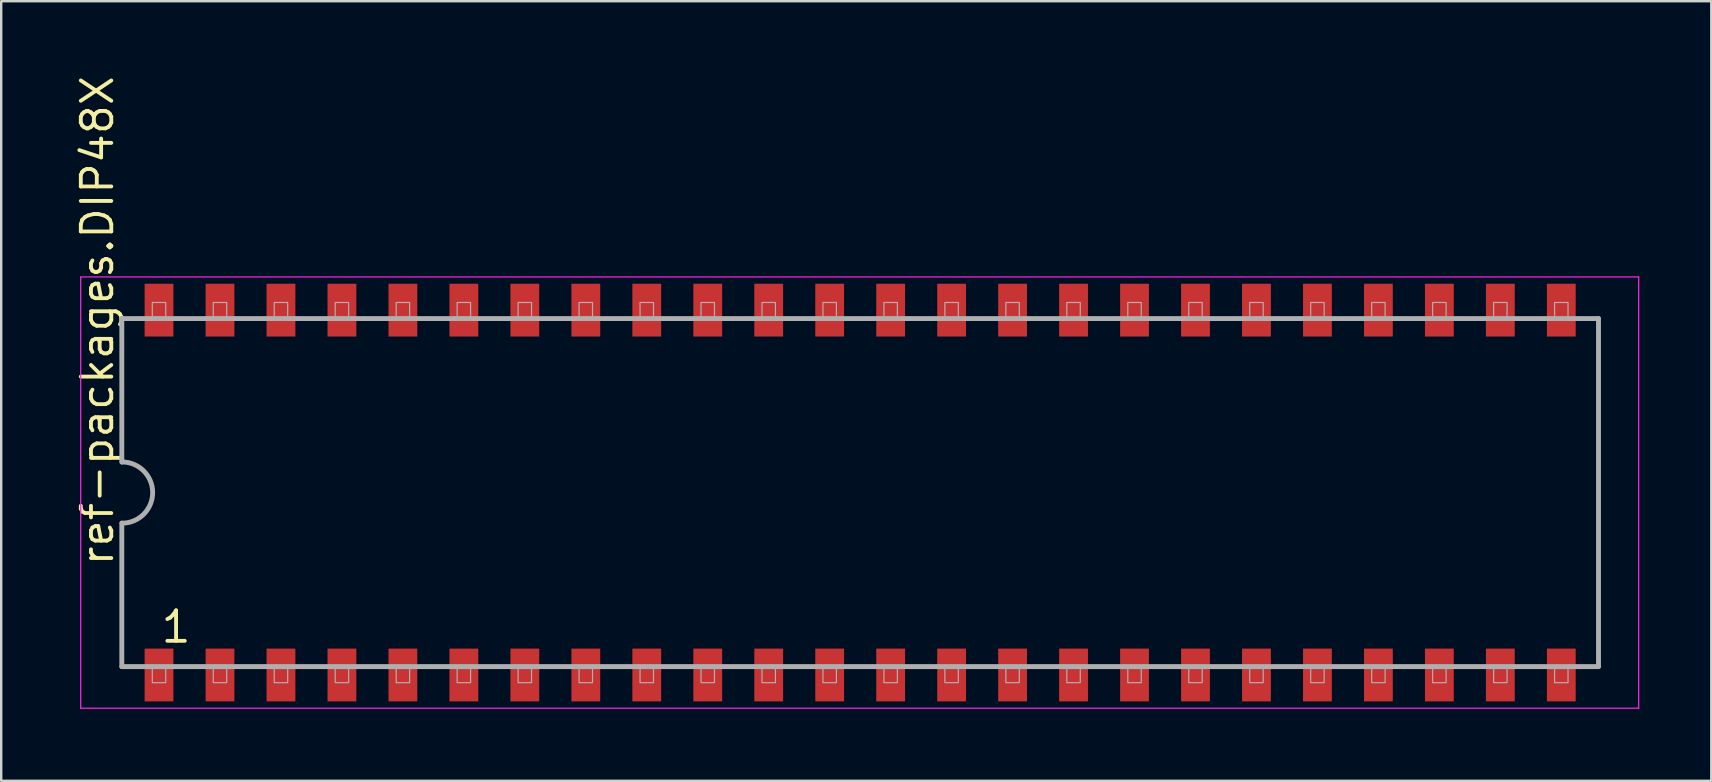
<source format=kicad_pcb>
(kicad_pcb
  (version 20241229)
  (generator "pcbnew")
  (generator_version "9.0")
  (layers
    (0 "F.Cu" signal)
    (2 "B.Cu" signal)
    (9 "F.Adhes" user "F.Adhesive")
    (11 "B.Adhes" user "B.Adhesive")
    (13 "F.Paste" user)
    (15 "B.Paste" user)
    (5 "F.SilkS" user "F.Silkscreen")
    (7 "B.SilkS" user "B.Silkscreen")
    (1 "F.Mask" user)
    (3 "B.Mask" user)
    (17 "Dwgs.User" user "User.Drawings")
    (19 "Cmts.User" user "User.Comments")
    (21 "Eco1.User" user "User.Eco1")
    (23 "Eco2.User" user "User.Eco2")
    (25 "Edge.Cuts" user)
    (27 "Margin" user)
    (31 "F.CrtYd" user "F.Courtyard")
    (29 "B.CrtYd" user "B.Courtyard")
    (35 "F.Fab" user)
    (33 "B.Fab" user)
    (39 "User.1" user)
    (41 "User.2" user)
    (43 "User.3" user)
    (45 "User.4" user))
  (footprint "ref-packages.DIP48X"
    (layer "F.Cu")
    (at 32.785 17.471)
    (property "Reference" "ref-packages.DIP48X" (at -31.035 3.135 90) (layer "F.SilkS") (effects (font (size 1.27 1.27) (thickness 0.16)) (justify left bottom)))
    (attr smd)
    (fp_line (start -32.473 -8.983) (end 32.433 -8.983) (stroke (width 0.051) (type default)) (layer "F.CrtYd"))
    (fp_line (start -32.473 8.983) (end -32.473 -8.983) (stroke (width 0.051) (type default)) (layer "F.CrtYd"))
    (fp_line (start 32.433 -8.983) (end 32.433 8.983) (stroke (width 0.051) (type default)) (layer "F.CrtYd"))
    (fp_line (start 32.433 8.983) (end -32.473 8.983) (stroke (width 0.051) (type default)) (layer "F.CrtYd"))
    (fp_line (start -30.76 -7.25) (end -30.76 -1.27) (stroke (width 0.203) (type default)) (layer "F.Fab"))
    (fp_line (start -30.76 1.27) (end -30.76 7.25) (stroke (width 0.203) (type default)) (layer "F.Fab"))
    (fp_line (start -30.76 7.25) (end 30.76 7.25) (stroke (width 0.203) (type default)) (layer "F.Fab"))
    (fp_line (start 30.76 -7.25) (end -30.76 -7.25) (stroke (width 0.203) (type default)) (layer "F.Fab"))
    (fp_line (start 30.76 7.25) (end 30.76 -7.25) (stroke (width 0.203) (type default)) (layer "F.Fab"))
    (fp_rect (start -29.49 -7.25) (end -28.93 -7.92) (stroke (width 0.05) (type default)) (fill no) (layer "F.Fab"))
    (fp_rect (start -29.49 7.92) (end -28.93 7.25) (stroke (width 0.05) (type default)) (fill no) (layer "F.Fab"))
    (fp_rect (start -26.95 -7.25) (end -26.39 -7.92) (stroke (width 0.05) (type default)) (fill no) (layer "F.Fab"))
    (fp_rect (start -26.95 7.92) (end -26.39 7.25) (stroke (width 0.05) (type default)) (fill no) (layer "F.Fab"))
    (fp_rect (start -24.41 -7.25) (end -23.85 -7.92) (stroke (width 0.05) (type default)) (fill no) (layer "F.Fab"))
    (fp_rect (start -24.41 7.92) (end -23.85 7.25) (stroke (width 0.05) (type default)) (fill no) (layer "F.Fab"))
    (fp_rect (start -21.87 -7.25) (end -21.31 -7.92) (stroke (width 0.05) (type default)) (fill no) (layer "F.Fab"))
    (fp_rect (start -21.87 7.92) (end -21.31 7.25) (stroke (width 0.05) (type default)) (fill no) (layer "F.Fab"))
    (fp_rect (start -19.33 -7.25) (end -18.77 -7.92) (stroke (width 0.05) (type default)) (fill no) (layer "F.Fab"))
    (fp_rect (start -19.33 7.92) (end -18.77 7.25) (stroke (width 0.05) (type default)) (fill no) (layer "F.Fab"))
    (fp_rect (start -16.79 -7.25) (end -16.23 -7.92) (stroke (width 0.05) (type default)) (fill no) (layer "F.Fab"))
    (fp_rect (start -16.79 7.92) (end -16.23 7.25) (stroke (width 0.05) (type default)) (fill no) (layer "F.Fab"))
    (fp_rect (start -14.25 -7.25) (end -13.69 -7.92) (stroke (width 0.05) (type default)) (fill no) (layer "F.Fab"))
    (fp_rect (start -14.25 7.92) (end -13.69 7.25) (stroke (width 0.05) (type default)) (fill no) (layer "F.Fab"))
    (fp_rect (start -11.71 -7.25) (end -11.15 -7.92) (stroke (width 0.05) (type default)) (fill no) (layer "F.Fab"))
    (fp_rect (start -11.71 7.92) (end -11.15 7.25) (stroke (width 0.05) (type default)) (fill no) (layer "F.Fab"))
    (fp_rect (start -9.17 -7.25) (end -8.61 -7.92) (stroke (width 0.05) (type default)) (fill no) (layer "F.Fab"))
    (fp_rect (start -9.17 7.92) (end -8.61 7.25) (stroke (width 0.05) (type default)) (fill no) (layer "F.Fab"))
    (fp_rect (start -6.63 -7.25) (end -6.07 -7.92) (stroke (width 0.05) (type default)) (fill no) (layer "F.Fab"))
    (fp_rect (start -6.63 7.92) (end -6.07 7.25) (stroke (width 0.05) (type default)) (fill no) (layer "F.Fab"))
    (fp_rect (start -4.09 -7.25) (end -3.53 -7.92) (stroke (width 0.05) (type default)) (fill no) (layer "F.Fab"))
    (fp_rect (start -4.09 7.92) (end -3.53 7.25) (stroke (width 0.05) (type default)) (fill no) (layer "F.Fab"))
    (fp_rect (start -1.55 -7.25) (end -0.99 -7.92) (stroke (width 0.05) (type default)) (fill no) (layer "F.Fab"))
    (fp_rect (start -1.55 7.92) (end -0.99 7.25) (stroke (width 0.05) (type default)) (fill no) (layer "F.Fab"))
    (fp_rect (start 0.99 -7.25) (end 1.55 -7.92) (stroke (width 0.05) (type default)) (fill no) (layer "F.Fab"))
    (fp_rect (start 0.99 7.92) (end 1.55 7.25) (stroke (width 0.05) (type default)) (fill no) (layer "F.Fab"))
    (fp_rect (start 3.53 -7.25) (end 4.09 -7.92) (stroke (width 0.05) (type default)) (fill no) (layer "F.Fab"))
    (fp_rect (start 3.53 7.92) (end 4.09 7.25) (stroke (width 0.05) (type default)) (fill no) (layer "F.Fab"))
    (fp_rect (start 6.07 -7.25) (end 6.63 -7.92) (stroke (width 0.05) (type default)) (fill no) (layer "F.Fab"))
    (fp_rect (start 6.07 7.92) (end 6.63 7.25) (stroke (width 0.05) (type default)) (fill no) (layer "F.Fab"))
    (fp_rect (start 8.61 -7.25) (end 9.17 -7.92) (stroke (width 0.05) (type default)) (fill no) (layer "F.Fab"))
    (fp_rect (start 8.61 7.92) (end 9.17 7.25) (stroke (width 0.05) (type default)) (fill no) (layer "F.Fab"))
    (fp_rect (start 11.15 -7.25) (end 11.71 -7.92) (stroke (width 0.05) (type default)) (fill no) (layer "F.Fab"))
    (fp_rect (start 11.15 7.92) (end 11.71 7.25) (stroke (width 0.05) (type default)) (fill no) (layer "F.Fab"))
    (fp_rect (start 13.69 -7.25) (end 14.25 -7.92) (stroke (width 0.05) (type default)) (fill no) (layer "F.Fab"))
    (fp_rect (start 13.69 7.92) (end 14.25 7.25) (stroke (width 0.05) (type default)) (fill no) (layer "F.Fab"))
    (fp_rect (start 16.23 -7.25) (end 16.79 -7.92) (stroke (width 0.05) (type default)) (fill no) (layer "F.Fab"))
    (fp_rect (start 16.23 7.92) (end 16.79 7.25) (stroke (width 0.05) (type default)) (fill no) (layer "F.Fab"))
    (fp_rect (start 18.77 -7.25) (end 19.33 -7.92) (stroke (width 0.05) (type default)) (fill no) (layer "F.Fab"))
    (fp_rect (start 18.77 7.92) (end 19.33 7.25) (stroke (width 0.05) (type default)) (fill no) (layer "F.Fab"))
    (fp_rect (start 21.31 -7.25) (end 21.87 -7.92) (stroke (width 0.05) (type default)) (fill no) (layer "F.Fab"))
    (fp_rect (start 21.31 7.92) (end 21.87 7.25) (stroke (width 0.05) (type default)) (fill no) (layer "F.Fab"))
    (fp_rect (start 23.85 -7.25) (end 24.41 -7.92) (stroke (width 0.05) (type default)) (fill no) (layer "F.Fab"))
    (fp_rect (start 23.85 7.92) (end 24.41 7.25) (stroke (width 0.05) (type default)) (fill no) (layer "F.Fab"))
    (fp_rect (start 26.39 -7.25) (end 26.95 -7.92) (stroke (width 0.05) (type default)) (fill no) (layer "F.Fab"))
    (fp_rect (start 26.39 7.92) (end 26.95 7.25) (stroke (width 0.05) (type default)) (fill no) (layer "F.Fab"))
    (fp_rect (start 28.93 -7.25) (end 29.49 -7.92) (stroke (width 0.05) (type default)) (fill no) (layer "F.Fab"))
    (fp_rect (start 28.93 7.92) (end 29.49 7.25) (stroke (width 0.05) (type default)) (fill no) (layer "F.Fab"))
    (fp_arc (start -30.75 -1.275) (mid -29.475 0) (end -30.75 1.275) (stroke (width 0.2032) (type default)) (layer "F.Fab"))
    (fp_text user "1" (at -29.21 6.34 0) (layer "F.SilkS") (effects (font (size 1.27 1.27) (thickness 0.16)) (justify left bottom)))
    (pad "1" smd roundrect (at -29.21 7.6) (size 1.2 2.2) (layers "F.Cu" "F.Mask" "F.Paste") (roundrect_rratio 0.01))
    (pad "2" smd roundrect (at -26.67 7.6) (size 1.2 2.2) (layers "F.Cu" "F.Mask" "F.Paste") (roundrect_rratio 0.01))
    (pad "3" smd roundrect (at -24.13 7.6) (size 1.2 2.2) (layers "F.Cu" "F.Mask" "F.Paste") (roundrect_rratio 0.01))
    (pad "4" smd roundrect (at -21.59 7.6) (size 1.2 2.2) (layers "F.Cu" "F.Mask" "F.Paste") (roundrect_rratio 0.01))
    (pad "5" smd roundrect (at -19.05 7.6) (size 1.2 2.2) (layers "F.Cu" "F.Mask" "F.Paste") (roundrect_rratio 0.01))
    (pad "6" smd roundrect (at -16.51 7.6) (size 1.2 2.2) (layers "F.Cu" "F.Mask" "F.Paste") (roundrect_rratio 0.01))
    (pad "7" smd roundrect (at -13.97 7.6) (size 1.2 2.2) (layers "F.Cu" "F.Mask" "F.Paste") (roundrect_rratio 0.01))
    (pad "8" smd roundrect (at -11.43 7.6) (size 1.2 2.2) (layers "F.Cu" "F.Mask" "F.Paste") (roundrect_rratio 0.01))
    (pad "9" smd roundrect (at -8.89 7.6) (size 1.2 2.2) (layers "F.Cu" "F.Mask" "F.Paste") (roundrect_rratio 0.01))
    (pad "10" smd roundrect (at -6.35 7.6) (size 1.2 2.2) (layers "F.Cu" "F.Mask" "F.Paste") (roundrect_rratio 0.01))
    (pad "11" smd roundrect (at -3.81 7.6) (size 1.2 2.2) (layers "F.Cu" "F.Mask" "F.Paste") (roundrect_rratio 0.01))
    (pad "12" smd roundrect (at -1.27 7.6) (size 1.2 2.2) (layers "F.Cu" "F.Mask" "F.Paste") (roundrect_rratio 0.01))
    (pad "13" smd roundrect (at 1.27 7.6) (size 1.2 2.2) (layers "F.Cu" "F.Mask" "F.Paste") (roundrect_rratio 0.01))
    (pad "14" smd roundrect (at 3.81 7.6) (size 1.2 2.2) (layers "F.Cu" "F.Mask" "F.Paste") (roundrect_rratio 0.01))
    (pad "15" smd roundrect (at 6.35 7.6) (size 1.2 2.2) (layers "F.Cu" "F.Mask" "F.Paste") (roundrect_rratio 0.01))
    (pad "16" smd roundrect (at 8.89 7.6) (size 1.2 2.2) (layers "F.Cu" "F.Mask" "F.Paste") (roundrect_rratio 0.01))
    (pad "17" smd roundrect (at 11.43 7.6) (size 1.2 2.2) (layers "F.Cu" "F.Mask" "F.Paste") (roundrect_rratio 0.01))
    (pad "18" smd roundrect (at 13.97 7.6) (size 1.2 2.2) (layers "F.Cu" "F.Mask" "F.Paste") (roundrect_rratio 0.01))
    (pad "19" smd roundrect (at 16.51 7.6) (size 1.2 2.2) (layers "F.Cu" "F.Mask" "F.Paste") (roundrect_rratio 0.01))
    (pad "20" smd roundrect (at 19.05 7.6) (size 1.2 2.2) (layers "F.Cu" "F.Mask" "F.Paste") (roundrect_rratio 0.01))
    (pad "21" smd roundrect (at 21.59 7.6) (size 1.2 2.2) (layers "F.Cu" "F.Mask" "F.Paste") (roundrect_rratio 0.01))
    (pad "22" smd roundrect (at 24.13 7.6) (size 1.2 2.2) (layers "F.Cu" "F.Mask" "F.Paste") (roundrect_rratio 0.01))
    (pad "23" smd roundrect (at 26.67 7.6) (size 1.2 2.2) (layers "F.Cu" "F.Mask" "F.Paste") (roundrect_rratio 0.01))
    (pad "24" smd roundrect (at 29.21 7.6) (size 1.2 2.2) (layers "F.Cu" "F.Mask" "F.Paste") (roundrect_rratio 0.01))
    (pad "25" smd roundrect (at 29.21 -7.6) (size 1.2 2.2) (layers "F.Cu" "F.Mask" "F.Paste") (roundrect_rratio 0.01))
    (pad "26" smd roundrect (at 26.67 -7.6) (size 1.2 2.2) (layers "F.Cu" "F.Mask" "F.Paste") (roundrect_rratio 0.01))
    (pad "27" smd roundrect (at 24.13 -7.6) (size 1.2 2.2) (layers "F.Cu" "F.Mask" "F.Paste") (roundrect_rratio 0.01))
    (pad "28" smd roundrect (at 21.59 -7.6) (size 1.2 2.2) (layers "F.Cu" "F.Mask" "F.Paste") (roundrect_rratio 0.01))
    (pad "29" smd roundrect (at 19.05 -7.6) (size 1.2 2.2) (layers "F.Cu" "F.Mask" "F.Paste") (roundrect_rratio 0.01))
    (pad "30" smd roundrect (at 16.51 -7.6) (size 1.2 2.2) (layers "F.Cu" "F.Mask" "F.Paste") (roundrect_rratio 0.01))
    (pad "31" smd roundrect (at 13.97 -7.6) (size 1.2 2.2) (layers "F.Cu" "F.Mask" "F.Paste") (roundrect_rratio 0.01))
    (pad "32" smd roundrect (at 11.43 -7.6) (size 1.2 2.2) (layers "F.Cu" "F.Mask" "F.Paste") (roundrect_rratio 0.01))
    (pad "33" smd roundrect (at 8.89 -7.6) (size 1.2 2.2) (layers "F.Cu" "F.Mask" "F.Paste") (roundrect_rratio 0.01))
    (pad "34" smd roundrect (at 6.35 -7.6) (size 1.2 2.2) (layers "F.Cu" "F.Mask" "F.Paste") (roundrect_rratio 0.01))
    (pad "35" smd roundrect (at 3.81 -7.6) (size 1.2 2.2) (layers "F.Cu" "F.Mask" "F.Paste") (roundrect_rratio 0.01))
    (pad "36" smd roundrect (at 1.27 -7.6) (size 1.2 2.2) (layers "F.Cu" "F.Mask" "F.Paste") (roundrect_rratio 0.01))
    (pad "37" smd roundrect (at -1.27 -7.6) (size 1.2 2.2) (layers "F.Cu" "F.Mask" "F.Paste") (roundrect_rratio 0.01))
    (pad "38" smd roundrect (at -3.81 -7.6) (size 1.2 2.2) (layers "F.Cu" "F.Mask" "F.Paste") (roundrect_rratio 0.01))
    (pad "39" smd roundrect (at -6.35 -7.6) (size 1.2 2.2) (layers "F.Cu" "F.Mask" "F.Paste") (roundrect_rratio 0.01))
    (pad "40" smd roundrect (at -8.89 -7.6) (size 1.2 2.2) (layers "F.Cu" "F.Mask" "F.Paste") (roundrect_rratio 0.01))
    (pad "41" smd roundrect (at -11.43 -7.6) (size 1.2 2.2) (layers "F.Cu" "F.Mask" "F.Paste") (roundrect_rratio 0.01))
    (pad "42" smd roundrect (at -13.97 -7.6) (size 1.2 2.2) (layers "F.Cu" "F.Mask" "F.Paste") (roundrect_rratio 0.01))
    (pad "43" smd roundrect (at -16.51 -7.6) (size 1.2 2.2) (layers "F.Cu" "F.Mask" "F.Paste") (roundrect_rratio 0.01))
    (pad "44" smd roundrect (at -19.05 -7.6) (size 1.2 2.2) (layers "F.Cu" "F.Mask" "F.Paste") (roundrect_rratio 0.01))
    (pad "45" smd roundrect (at -21.59 -7.6) (size 1.2 2.2) (layers "F.Cu" "F.Mask" "F.Paste") (roundrect_rratio 0.01))
    (pad "46" smd roundrect (at -24.13 -7.6) (size 1.2 2.2) (layers "F.Cu" "F.Mask" "F.Paste") (roundrect_rratio 0.01))
    (pad "47" smd roundrect (at -26.67 -7.6) (size 1.2 2.2) (layers "F.Cu" "F.Mask" "F.Paste") (roundrect_rratio 0.01))
    (pad "48" smd roundrect (at -29.21 -7.6) (size 1.2 2.2) (layers "F.Cu" "F.Mask" "F.Paste") (roundrect_rratio 0.01)))
  (gr_rect
    (start -3 -3)
    (end 68.243 29.48)
    (stroke (width 0.1) (type default))
    (fill no)
    (layer "Edge.Cuts")))
</source>
